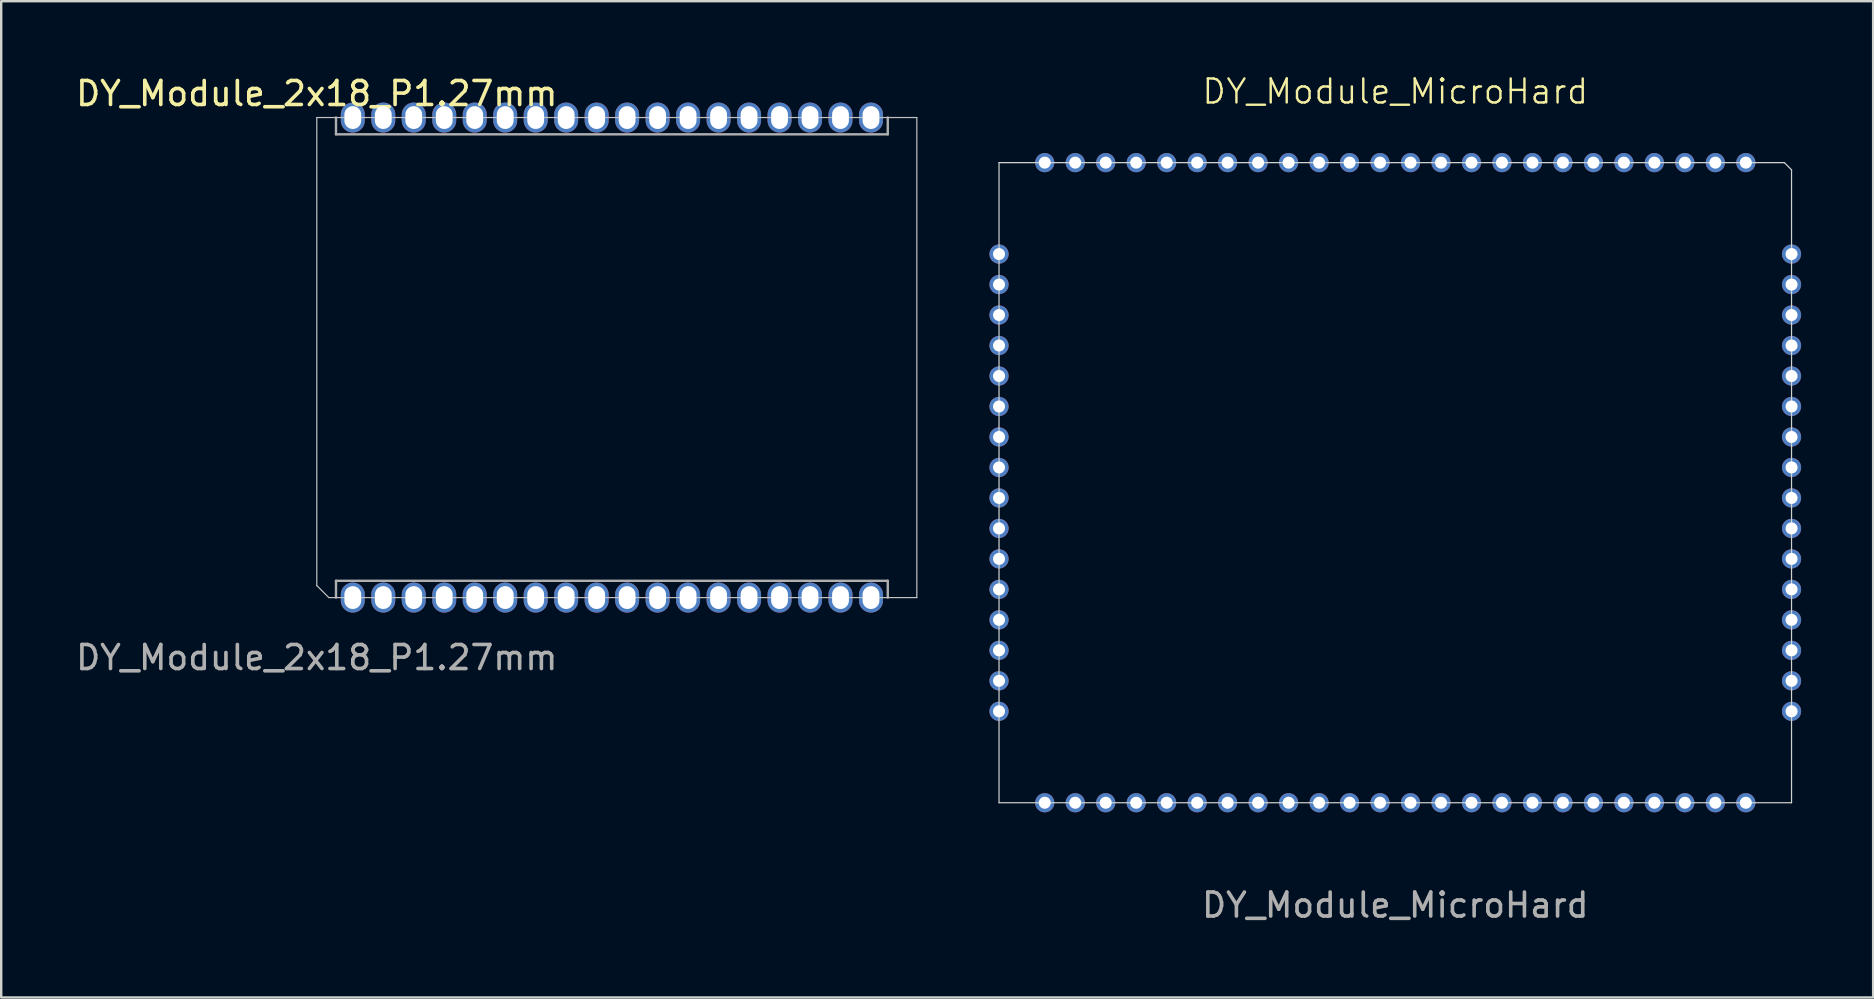
<source format=kicad_pcb>
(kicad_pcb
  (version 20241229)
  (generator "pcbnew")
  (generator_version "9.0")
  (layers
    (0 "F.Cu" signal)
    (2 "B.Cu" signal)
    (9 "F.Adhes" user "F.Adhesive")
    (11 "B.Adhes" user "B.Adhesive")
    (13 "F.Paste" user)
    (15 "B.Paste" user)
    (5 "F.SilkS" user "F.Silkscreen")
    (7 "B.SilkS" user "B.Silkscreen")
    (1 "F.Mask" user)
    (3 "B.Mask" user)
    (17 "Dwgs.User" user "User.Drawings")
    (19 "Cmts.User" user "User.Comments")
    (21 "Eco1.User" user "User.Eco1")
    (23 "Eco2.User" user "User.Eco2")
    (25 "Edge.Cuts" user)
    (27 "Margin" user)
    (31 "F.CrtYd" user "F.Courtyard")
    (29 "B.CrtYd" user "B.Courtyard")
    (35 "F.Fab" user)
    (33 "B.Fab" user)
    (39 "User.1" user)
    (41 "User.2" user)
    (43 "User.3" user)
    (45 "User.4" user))
  (footprint "DY_Module_2x18_P1.27mm"
    (layer "F.Cu")
    (at 10.149 21.848)
    (property "Reference" "DY_Module_2x18_P1.27mm" (at 0 -21 0) (unlocked yes) (layer "F.SilkS") (effects (font (size 1 1) (thickness 0.15))))
    (attr smd)
    (fp_line (start 0 -20) (end 25 -20) (stroke (width 0.05) (type solid)) (layer "Dwgs.User"))
    (fp_line (start 0 -0.5) (end 0 -20) (stroke (width 0.05) (type solid)) (layer "Dwgs.User"))
    (fp_line (start 0 -0.5) (end 0.5 0) (stroke (width 0.05) (type solid)) (layer "Dwgs.User"))
    (fp_line (start 0.5 0) (end 25 0) (stroke (width 0.05) (type solid)) (layer "Dwgs.User"))
    (fp_line (start 25 -20) (end 25 0) (stroke (width 0.05) (type solid)) (layer "Dwgs.User"))
    (fp_line (start 0.8 -19.3) (end 0.8 -20) (stroke (width 0.1) (type default)) (layer "F.Fab"))
    (fp_line (start 0.8 -0.7) (end 23.79 -0.7) (stroke (width 0.1) (type default)) (layer "F.Fab"))
    (fp_line (start 0.8 0) (end 0.8 -0.7) (stroke (width 0.1) (type solid)) (layer "F.Fab"))
    (fp_line (start 23.79 -20) (end 23.79 -19.3) (stroke (width 0.1) (type solid)) (layer "F.Fab"))
    (fp_line (start 23.79 -19.3) (end 0.8 -19.3) (stroke (width 0.1) (type default)) (layer "F.Fab"))
    (fp_line (start 23.79 -0.7) (end 23.79 0) (stroke (width 0.1) (type default)) (layer "F.Fab"))
    (fp_text user "${REFERENCE}" (at 0 2.5 0) (unlocked yes) (layer "F.Fab") (effects (font (size 1 1) (thickness 0.15))))
    (pad "1" thru_hole oval (at 1.5 0) (size 1 1.25) (drill oval 0.7 0.95) (layers "*.Cu" "*.Mask"))
    (pad "2" thru_hole oval (at 2.77 0) (size 1 1.25) (drill oval 0.7 0.95) (layers "*.Cu" "*.Mask"))
    (pad "3" thru_hole oval (at 4.04 0) (size 1 1.25) (drill oval 0.7 0.95) (layers "*.Cu" "*.Mask"))
    (pad "4" thru_hole oval (at 5.31 0) (size 1 1.25) (drill oval 0.7 0.95) (layers "*.Cu" "*.Mask"))
    (pad "5" thru_hole oval (at 6.58 0) (size 1 1.25) (drill oval 0.7 0.95) (layers "*.Cu" "*.Mask"))
    (pad "6" thru_hole oval (at 7.85 0) (size 1 1.25) (drill oval 0.7 0.95) (layers "*.Cu" "*.Mask"))
    (pad "7" thru_hole oval (at 9.12 0) (size 1 1.25) (drill oval 0.7 0.95) (layers "*.Cu" "*.Mask"))
    (pad "8" thru_hole oval (at 10.39 0) (size 1 1.25) (drill oval 0.7 0.95) (layers "*.Cu" "*.Mask"))
    (pad "9" thru_hole oval (at 11.66 0) (size 1 1.25) (drill oval 0.7 0.95) (layers "*.Cu" "*.Mask"))
    (pad "10" thru_hole oval (at 12.93 0) (size 1 1.25) (drill oval 0.7 0.95) (layers "*.Cu" "*.Mask"))
    (pad "11" thru_hole oval (at 14.2 0) (size 1 1.25) (drill oval 0.7 0.95) (layers "*.Cu" "*.Mask"))
    (pad "12" thru_hole oval (at 15.47 0) (size 1 1.25) (drill oval 0.7 0.95) (layers "*.Cu" "*.Mask"))
    (pad "13" thru_hole oval (at 16.74 0) (size 1 1.25) (drill oval 0.7 0.95) (layers "*.Cu" "*.Mask"))
    (pad "14" thru_hole oval (at 18.01 0) (size 1 1.25) (drill oval 0.7 0.95) (layers "*.Cu" "*.Mask"))
    (pad "15" thru_hole oval (at 19.28 0) (size 1 1.25) (drill oval 0.7 0.95) (layers "*.Cu" "*.Mask"))
    (pad "16" thru_hole oval (at 20.55 0) (size 1 1.25) (drill oval 0.7 0.95) (layers "*.Cu" "*.Mask"))
    (pad "17" thru_hole oval (at 21.82 0) (size 1 1.25) (drill oval 0.7 0.95) (layers "*.Cu" "*.Mask"))
    (pad "18" thru_hole oval (at 23.09 0) (size 1 1.25) (drill oval 0.7 0.95) (layers "*.Cu" "*.Mask"))
    (pad "19" thru_hole oval (at 1.5 -20) (size 1 1.25) (drill oval 0.7 0.95) (layers "*.Cu" "*.Mask"))
    (pad "20" thru_hole oval (at 2.77 -20) (size 1 1.25) (drill oval 0.7 0.95) (layers "*.Cu" "*.Mask"))
    (pad "21" thru_hole oval (at 4.04 -20) (size 1 1.25) (drill oval 0.7 0.95) (layers "*.Cu" "*.Mask"))
    (pad "22" thru_hole oval (at 5.31 -20) (size 1 1.25) (drill oval 0.7 0.95) (layers "*.Cu" "*.Mask"))
    (pad "23" thru_hole oval (at 6.58 -20) (size 1 1.25) (drill oval 0.7 0.95) (layers "*.Cu" "*.Mask"))
    (pad "24" thru_hole oval (at 7.85 -20) (size 1 1.25) (drill oval 0.7 0.95) (layers "*.Cu" "*.Mask"))
    (pad "25" thru_hole oval (at 9.12 -20) (size 1 1.25) (drill oval 0.7 0.95) (layers "*.Cu" "*.Mask"))
    (pad "26" thru_hole oval (at 10.39 -20) (size 1 1.25) (drill oval 0.7 0.95) (layers "*.Cu" "*.Mask"))
    (pad "27" thru_hole oval (at 11.66 -20) (size 1 1.25) (drill oval 0.7 0.95) (layers "*.Cu" "*.Mask"))
    (pad "28" thru_hole oval (at 12.93 -20) (size 1 1.25) (drill oval 0.7 0.95) (layers "*.Cu" "*.Mask"))
    (pad "29" thru_hole oval (at 14.2 -20) (size 1 1.25) (drill oval 0.7 0.95) (layers "*.Cu" "*.Mask"))
    (pad "30" thru_hole oval (at 15.47 -20) (size 1 1.25) (drill oval 0.7 0.95) (layers "*.Cu" "*.Mask"))
    (pad "31" thru_hole oval (at 16.74 -20) (size 1 1.25) (drill oval 0.7 0.95) (layers "*.Cu" "*.Mask"))
    (pad "32" thru_hole oval (at 18.01 -20) (size 1 1.25) (drill oval 0.7 0.95) (layers "*.Cu" "*.Mask"))
    (pad "33" thru_hole oval (at 19.28 -20) (size 1 1.25) (drill oval 0.7 0.95) (layers "*.Cu" "*.Mask"))
    (pad "34" thru_hole oval (at 20.55 -20) (size 1 1.25) (drill oval 0.7 0.95) (layers "*.Cu" "*.Mask"))
    (pad "35" thru_hole oval (at 21.82 -20) (size 1 1.25) (drill oval 0.7 0.95) (layers "*.Cu" "*.Mask"))
    (pad "36" thru_hole oval (at 23.09 -20) (size 1 1.25) (drill oval 0.7 0.95) (layers "*.Cu" "*.Mask")))
  (footprint "DY_Module_MicroHard"
    (layer "F.Cu")
    (at 55.084 17.061)
    (property "Reference" "DY_Module_MicroHard" (at 0 -16.3 0) (unlocked yes) (layer "F.SilkS") (effects (font (size 1 1) (thickness 0.1))))
    (attr smd)
    (fp_line (start -16.51 -13.335) (end -16.51 13.335) (stroke (width 0.05) (type solid)) (layer "Edge.Cuts"))
    (fp_line (start -16.51 13.335) (end 16.51 13.335) (stroke (width 0.05) (type solid)) (layer "Edge.Cuts"))
    (fp_line (start 16.21 -13.335) (end -16.51 -13.335) (stroke (width 0.05) (type solid)) (layer "Edge.Cuts"))
    (fp_line (start 16.21 -13.335) (end 16.51 -13.035) (stroke (width 0.05) (type solid)) (layer "Edge.Cuts"))
    (fp_line (start 16.51 13.335) (end 16.51 -13.035) (stroke (width 0.05) (type solid)) (layer "Edge.Cuts"))
    (fp_text user "${REFERENCE}" (at 0 17.6 0) (unlocked yes) (layer "F.Fab") (effects (font (size 1 1) (thickness 0.15))))
    (pad "1" thru_hole circle (at 14.605 -13.335) (size 0.8 0.8) (drill 0.5) (layers "*.Cu" "*.Mask"))
    (pad "2" thru_hole circle (at 13.335 -13.335) (size 0.8 0.8) (drill 0.5) (layers "*.Cu" "*.Mask"))
    (pad "3" thru_hole circle (at 12.065 -13.335) (size 0.8 0.8) (drill 0.5) (layers "*.Cu" "*.Mask"))
    (pad "4" thru_hole circle (at 10.795 -13.335) (size 0.8 0.8) (drill 0.5) (layers "*.Cu" "*.Mask"))
    (pad "5" thru_hole circle (at 9.525 -13.335) (size 0.8 0.8) (drill 0.5) (layers "*.Cu" "*.Mask"))
    (pad "6" thru_hole circle (at 8.255 -13.335) (size 0.8 0.8) (drill 0.5) (layers "*.Cu" "*.Mask"))
    (pad "7" thru_hole circle (at 6.985 -13.335) (size 0.8 0.8) (drill 0.5) (layers "*.Cu" "*.Mask"))
    (pad "8" thru_hole circle (at 5.715 -13.335) (size 0.8 0.8) (drill 0.5) (layers "*.Cu" "*.Mask"))
    (pad "9" thru_hole circle (at 4.445 -13.335) (size 0.8 0.8) (drill 0.5) (layers "*.Cu" "*.Mask"))
    (pad "10" thru_hole circle (at 3.175 -13.335) (size 0.8 0.8) (drill 0.5) (layers "*.Cu" "*.Mask"))
    (pad "11" thru_hole circle (at 1.905 -13.335) (size 0.8 0.8) (drill 0.5) (layers "*.Cu" "*.Mask"))
    (pad "12" thru_hole circle (at 0.635 -13.335) (size 0.8 0.8) (drill 0.5) (layers "*.Cu" "*.Mask"))
    (pad "13" thru_hole circle (at -0.635 -13.335) (size 0.8 0.8) (drill 0.5) (layers "*.Cu" "*.Mask"))
    (pad "14" thru_hole circle (at -1.905 -13.335) (size 0.8 0.8) (drill 0.5) (layers "*.Cu" "*.Mask"))
    (pad "15" thru_hole circle (at -3.175 -13.335) (size 0.8 0.8) (drill 0.5) (layers "*.Cu" "*.Mask"))
    (pad "16" thru_hole circle (at -4.445 -13.335) (size 0.8 0.8) (drill 0.5) (layers "*.Cu" "*.Mask"))
    (pad "17" thru_hole circle (at -5.715 -13.335) (size 0.8 0.8) (drill 0.5) (layers "*.Cu" "*.Mask"))
    (pad "18" thru_hole circle (at -6.985 -13.335) (size 0.8 0.8) (drill 0.5) (layers "*.Cu" "*.Mask"))
    (pad "19" thru_hole circle (at -8.255 -13.335) (size 0.8 0.8) (drill 0.5) (layers "*.Cu" "*.Mask"))
    (pad "20" thru_hole circle (at -9.525 -13.335) (size 0.8 0.8) (drill 0.5) (layers "*.Cu" "*.Mask"))
    (pad "21" thru_hole circle (at -10.795 -13.335) (size 0.8 0.8) (drill 0.5) (layers "*.Cu" "*.Mask"))
    (pad "22" thru_hole circle (at -12.065 -13.335) (size 0.8 0.8) (drill 0.5) (layers "*.Cu" "*.Mask"))
    (pad "23" thru_hole circle (at -13.335 -13.335) (size 0.8 0.8) (drill 0.5) (layers "*.Cu" "*.Mask"))
    (pad "24" thru_hole circle (at -14.605 -13.335) (size 0.8 0.8) (drill 0.5) (layers "*.Cu" "*.Mask"))
    (pad "25" thru_hole circle (at -16.51 -9.525) (size 0.8 0.8) (drill 0.5) (layers "*.Cu" "*.Mask"))
    (pad "26" thru_hole circle (at -16.51 -8.255) (size 0.8 0.8) (drill 0.5) (layers "*.Cu" "*.Mask"))
    (pad "27" thru_hole circle (at -16.51 -6.985) (size 0.8 0.8) (drill 0.5) (layers "*.Cu" "*.Mask"))
    (pad "28" thru_hole circle (at -16.51 -5.715) (size 0.8 0.8) (drill 0.5) (layers "*.Cu" "*.Mask"))
    (pad "29" thru_hole circle (at -16.51 -4.445) (size 0.8 0.8) (drill 0.5) (layers "*.Cu" "*.Mask"))
    (pad "30" thru_hole circle (at -16.51 -3.175) (size 0.8 0.8) (drill 0.5) (layers "*.Cu" "*.Mask"))
    (pad "31" thru_hole circle (at -16.51 -1.905) (size 0.8 0.8) (drill 0.5) (layers "*.Cu" "*.Mask"))
    (pad "32" thru_hole circle (at -16.51 -0.635) (size 0.8 0.8) (drill 0.5) (layers "*.Cu" "*.Mask"))
    (pad "33" thru_hole circle (at -16.51 0.635) (size 0.8 0.8) (drill 0.5) (layers "*.Cu" "*.Mask"))
    (pad "34" thru_hole circle (at -16.51 1.905) (size 0.8 0.8) (drill 0.5) (layers "*.Cu" "*.Mask"))
    (pad "35" thru_hole circle (at -16.51 3.175) (size 0.8 0.8) (drill 0.5) (layers "*.Cu" "*.Mask"))
    (pad "36" thru_hole circle (at -16.51 4.445) (size 0.8 0.8) (drill 0.5) (layers "*.Cu" "*.Mask"))
    (pad "37" thru_hole circle (at -16.51 5.715) (size 0.8 0.8) (drill 0.5) (layers "*.Cu" "*.Mask"))
    (pad "38" thru_hole circle (at -16.51 6.985) (size 0.8 0.8) (drill 0.5) (layers "*.Cu" "*.Mask"))
    (pad "39" thru_hole circle (at -16.51 8.255) (size 0.8 0.8) (drill 0.5) (layers "*.Cu" "*.Mask"))
    (pad "40" thru_hole circle (at -16.51 9.525) (size 0.8 0.8) (drill 0.5) (layers "*.Cu" "*.Mask"))
    (pad "41" thru_hole circle (at -14.605 13.335) (size 0.8 0.8) (drill 0.5) (layers "*.Cu" "*.Mask"))
    (pad "42" thru_hole circle (at -13.335 13.335) (size 0.8 0.8) (drill 0.5) (layers "*.Cu" "*.Mask"))
    (pad "43" thru_hole circle (at -12.065 13.335) (size 0.8 0.8) (drill 0.5) (layers "*.Cu" "*.Mask"))
    (pad "44" thru_hole circle (at -10.795 13.335) (size 0.8 0.8) (drill 0.5) (layers "*.Cu" "*.Mask"))
    (pad "45" thru_hole circle (at -9.525 13.335) (size 0.8 0.8) (drill 0.5) (layers "*.Cu" "*.Mask"))
    (pad "46" thru_hole circle (at -8.255 13.335) (size 0.8 0.8) (drill 0.5) (layers "*.Cu" "*.Mask"))
    (pad "47" thru_hole circle (at -6.985 13.335) (size 0.8 0.8) (drill 0.5) (layers "*.Cu" "*.Mask"))
    (pad "48" thru_hole circle (at -5.715 13.335) (size 0.8 0.8) (drill 0.5) (layers "*.Cu" "*.Mask"))
    (pad "49" thru_hole circle (at -4.445 13.335) (size 0.8 0.8) (drill 0.5) (layers "*.Cu" "*.Mask"))
    (pad "50" thru_hole circle (at -3.175 13.335) (size 0.8 0.8) (drill 0.5) (layers "*.Cu" "*.Mask"))
    (pad "51" thru_hole circle (at -1.905 13.335) (size 0.8 0.8) (drill 0.5) (layers "*.Cu" "*.Mask"))
    (pad "52" thru_hole circle (at -0.635 13.335) (size 0.8 0.8) (drill 0.5) (layers "*.Cu" "*.Mask"))
    (pad "53" thru_hole circle (at 0.635 13.335) (size 0.8 0.8) (drill 0.5) (layers "*.Cu" "*.Mask"))
    (pad "54" thru_hole circle (at 1.905 13.335) (size 0.8 0.8) (drill 0.5) (layers "*.Cu" "*.Mask"))
    (pad "55" thru_hole circle (at 3.175 13.335) (size 0.8 0.8) (drill 0.5) (layers "*.Cu" "*.Mask"))
    (pad "56" thru_hole circle (at 4.445 13.335) (size 0.8 0.8) (drill 0.5) (layers "*.Cu" "*.Mask"))
    (pad "57" thru_hole circle (at 5.715 13.335) (size 0.8 0.8) (drill 0.5) (layers "*.Cu" "*.Mask"))
    (pad "58" thru_hole circle (at 6.985 13.335) (size 0.8 0.8) (drill 0.5) (layers "*.Cu" "*.Mask"))
    (pad "59" thru_hole circle (at 8.255 13.335) (size 0.8 0.8) (drill 0.5) (layers "*.Cu" "*.Mask"))
    (pad "60" thru_hole circle (at 9.525 13.335) (size 0.8 0.8) (drill 0.5) (layers "*.Cu" "*.Mask"))
    (pad "61" thru_hole circle (at 10.795 13.335) (size 0.8 0.8) (drill 0.5) (layers "*.Cu" "*.Mask"))
    (pad "62" thru_hole circle (at 12.065 13.335) (size 0.8 0.8) (drill 0.5) (layers "*.Cu" "*.Mask"))
    (pad "63" thru_hole circle (at 13.335 13.335) (size 0.8 0.8) (drill 0.5) (layers "*.Cu" "*.Mask"))
    (pad "64" thru_hole circle (at 14.605 13.335) (size 0.8 0.8) (drill 0.5) (layers "*.Cu" "*.Mask"))
    (pad "65" thru_hole circle (at 16.51 9.525) (size 0.8 0.8) (drill 0.5) (layers "*.Cu" "*.Mask"))
    (pad "66" thru_hole circle (at 16.51 8.255) (size 0.8 0.8) (drill 0.5) (layers "*.Cu" "*.Mask"))
    (pad "67" thru_hole circle (at 16.51 6.985) (size 0.8 0.8) (drill 0.5) (layers "*.Cu" "*.Mask"))
    (pad "68" thru_hole circle (at 16.51 5.715) (size 0.8 0.8) (drill 0.5) (layers "*.Cu" "*.Mask"))
    (pad "69" thru_hole circle (at 16.51 4.445) (size 0.8 0.8) (drill 0.5) (layers "*.Cu" "*.Mask"))
    (pad "70" thru_hole circle (at 16.51 3.175) (size 0.8 0.8) (drill 0.5) (layers "*.Cu" "*.Mask"))
    (pad "71" thru_hole circle (at 16.51 1.905) (size 0.8 0.8) (drill 0.5) (layers "*.Cu" "*.Mask"))
    (pad "72" thru_hole circle (at 16.51 0.635) (size 0.8 0.8) (drill 0.5) (layers "*.Cu" "*.Mask"))
    (pad "73" thru_hole circle (at 16.51 -0.635) (size 0.8 0.8) (drill 0.5) (layers "*.Cu" "*.Mask"))
    (pad "74" thru_hole circle (at 16.51 -1.905) (size 0.8 0.8) (drill 0.5) (layers "*.Cu" "*.Mask"))
    (pad "75" thru_hole circle (at 16.51 -3.175) (size 0.8 0.8) (drill 0.5) (layers "*.Cu" "*.Mask"))
    (pad "76" thru_hole circle (at 16.51 -4.445) (size 0.8 0.8) (drill 0.5) (layers "*.Cu" "*.Mask"))
    (pad "77" thru_hole circle (at 16.51 -5.715) (size 0.8 0.8) (drill 0.5) (layers "*.Cu" "*.Mask"))
    (pad "78" thru_hole circle (at 16.51 -6.985) (size 0.8 0.8) (drill 0.5) (layers "*.Cu" "*.Mask"))
    (pad "79" thru_hole circle (at 16.51 -8.255) (size 0.8 0.8) (drill 0.5) (layers "*.Cu" "*.Mask"))
    (pad "80" thru_hole circle (at 16.51 -9.525) (size 0.8 0.8) (drill 0.5) (layers "*.Cu" "*.Mask")))
  (gr_rect
    (start -3 -3)
    (end 74.994 38.509)
    (stroke (width 0.1) (type default))
    (fill no)
    (layer "Edge.Cuts")))
</source>
